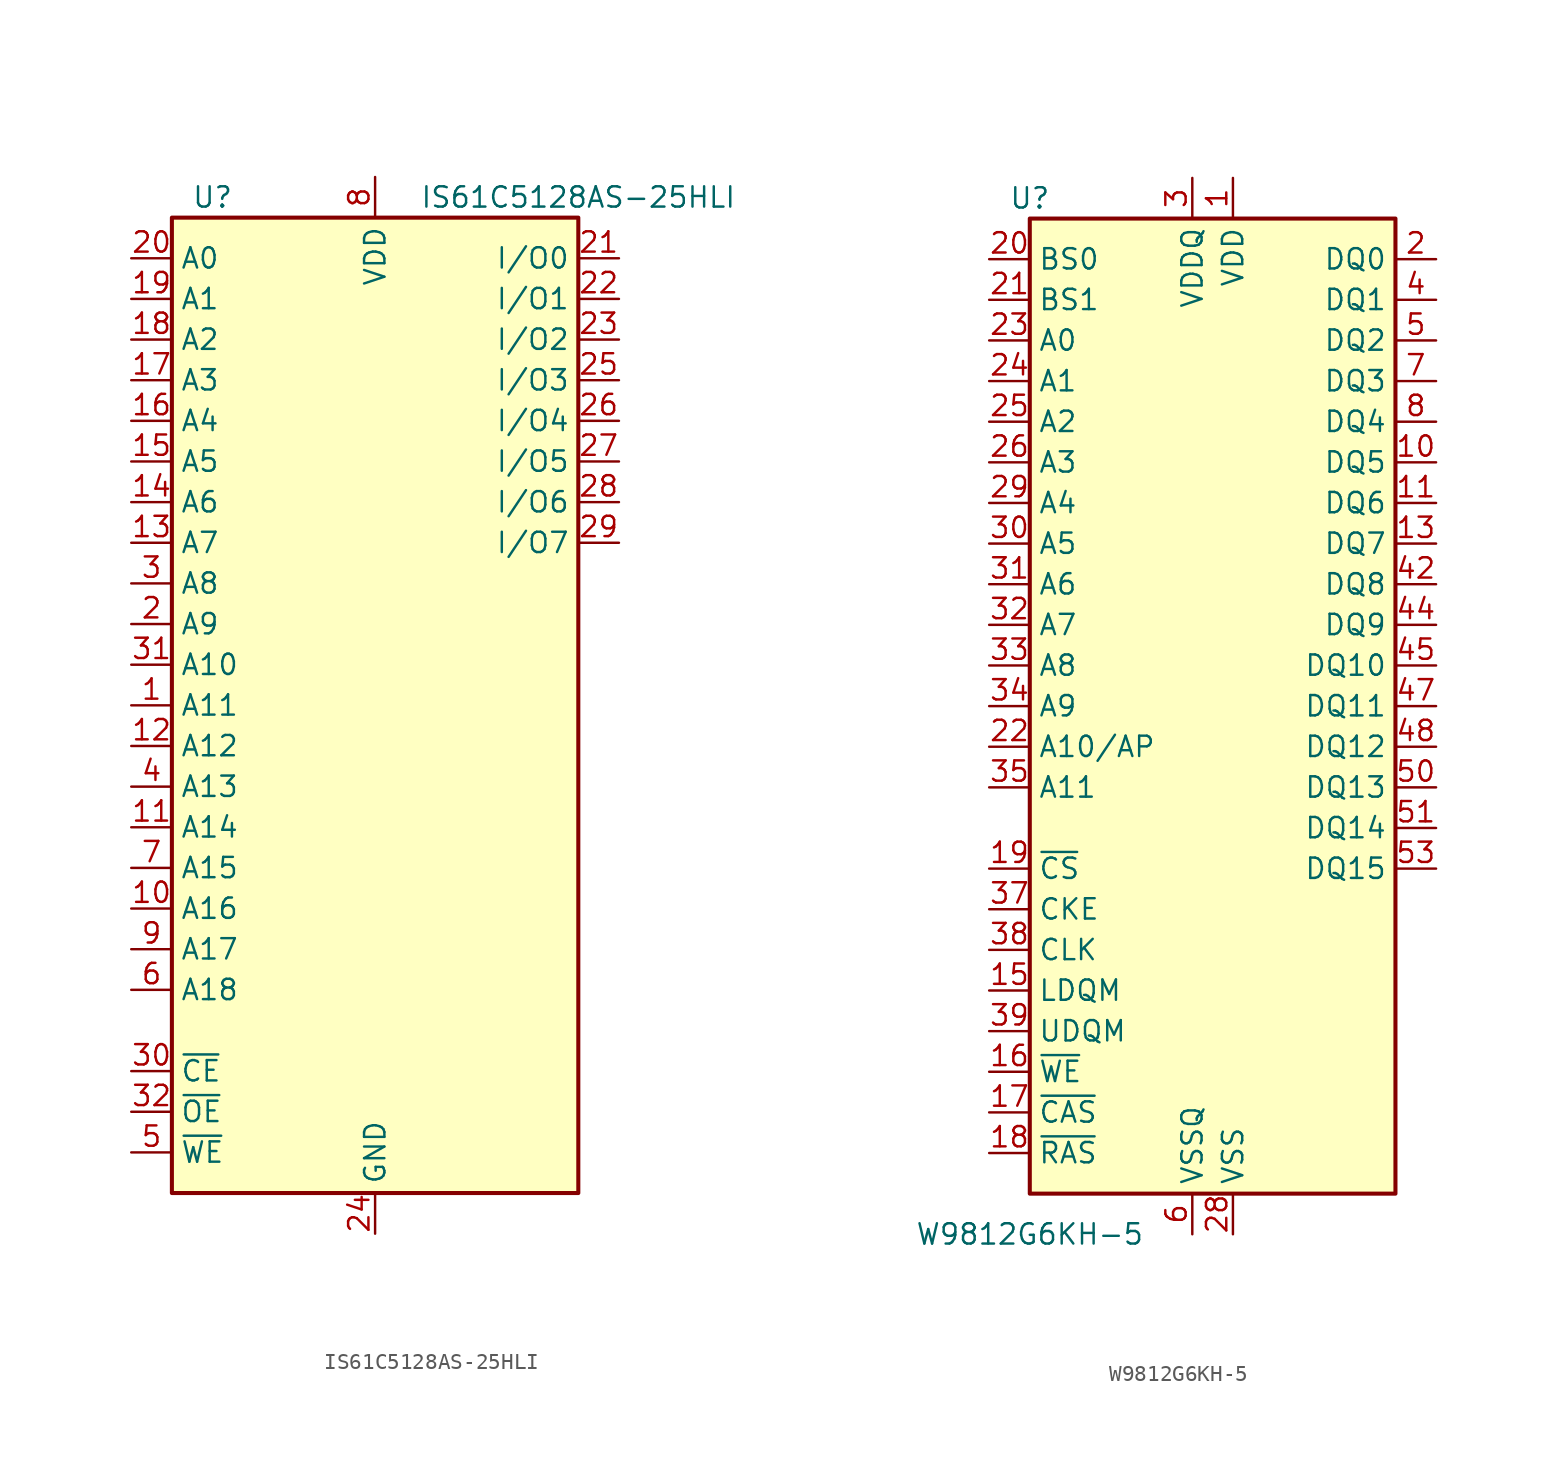
<source format=kicad_sym>
(kicad_symbol_lib
  (version 20231120)
  (generator "kicad_symbol_editor")
  (generator_version "8.0")
  (symbol "IS61C5128AS-25HLI"
    (property "Reference" "U"
      (at -10.16 31.75 0)
      (effects (font (size 1.27 1.27))))
    (property "Value" "IS61C5128AS-25HLI"
      (at 12.7 31.75 0)
      (effects (font (size 1.27 1.27))))
    (symbol "IS61C5128AS-25HLI_0_1"
      (rectangle (start -12.7 30.48) (end 12.7 -30.48) (stroke (width 0.254) (type default)) (fill (type background))))
    (symbol "IS61C5128AS-25HLI_1_1"
      (pin input line (at -15.24 0 0) (length 2.54) (name "A11" (effects (font (size 1.27 1.27)))) (number "1" (effects (font (size 1.27 1.27)))))
      (pin input line (at -15.24 -12.7 0) (length 2.54) (name "A16" (effects (font (size 1.27 1.27)))) (number "10" (effects (font (size 1.27 1.27)))))
      (pin input line (at -15.24 -7.62 0) (length 2.54) (name "A14" (effects (font (size 1.27 1.27)))) (number "11" (effects (font (size 1.27 1.27)))))
      (pin input line (at -15.24 -2.54 0) (length 2.54) (name "A12" (effects (font (size 1.27 1.27)))) (number "12" (effects (font (size 1.27 1.27)))))
      (pin input line (at -15.24 10.16 0) (length 2.54) (name "A7" (effects (font (size 1.27 1.27)))) (number "13" (effects (font (size 1.27 1.27)))))
      (pin input line (at -15.24 12.7 0) (length 2.54) (name "A6" (effects (font (size 1.27 1.27)))) (number "14" (effects (font (size 1.27 1.27)))))
      (pin input line (at -15.24 15.24 0) (length 2.54) (name "A5" (effects (font (size 1.27 1.27)))) (number "15" (effects (font (size 1.27 1.27)))))
      (pin input line (at -15.24 17.78 0) (length 2.54) (name "A4" (effects (font (size 1.27 1.27)))) (number "16" (effects (font (size 1.27 1.27)))))
      (pin input line (at -15.24 20.32 0) (length 2.54) (name "A3" (effects (font (size 1.27 1.27)))) (number "17" (effects (font (size 1.27 1.27)))))
      (pin input line (at -15.24 22.86 0) (length 2.54) (name "A2" (effects (font (size 1.27 1.27)))) (number "18" (effects (font (size 1.27 1.27)))))
      (pin input line (at -15.24 25.4 0) (length 2.54) (name "A1" (effects (font (size 1.27 1.27)))) (number "19" (effects (font (size 1.27 1.27)))))
      (pin input line (at -15.24 5.08 0) (length 2.54) (name "A9" (effects (font (size 1.27 1.27)))) (number "2" (effects (font (size 1.27 1.27)))))
      (pin input line (at -15.24 27.94 0) (length 2.54) (name "A0" (effects (font (size 1.27 1.27)))) (number "20" (effects (font (size 1.27 1.27)))))
      (pin bidirectional line (at 15.24 27.94 180) (length 2.54) (name "I/O0" (effects (font (size 1.27 1.27)))) (number "21" (effects (font (size 1.27 1.27)))))
      (pin bidirectional line (at 15.24 25.4 180) (length 2.54) (name "I/O1" (effects (font (size 1.27 1.27)))) (number "22" (effects (font (size 1.27 1.27)))))
      (pin bidirectional line (at 15.24 22.86 180) (length 2.54) (name "I/O2" (effects (font (size 1.27 1.27)))) (number "23" (effects (font (size 1.27 1.27)))))
      (pin power_in line (at 0 -33.02 90) (length 2.54) (name "GND" (effects (font (size 1.27 1.27)))) (number "24" (effects (font (size 1.27 1.27)))))
      (pin bidirectional line (at 15.24 20.32 180) (length 2.54) (name "I/O3" (effects (font (size 1.27 1.27)))) (number "25" (effects (font (size 1.27 1.27)))))
      (pin bidirectional line (at 15.24 17.78 180) (length 2.54) (name "I/O4" (effects (font (size 1.27 1.27)))) (number "26" (effects (font (size 1.27 1.27)))))
      (pin bidirectional line (at 15.24 15.24 180) (length 2.54) (name "I/O5" (effects (font (size 1.27 1.27)))) (number "27" (effects (font (size 1.27 1.27)))))
      (pin bidirectional line (at 15.24 12.7 180) (length 2.54) (name "I/O6" (effects (font (size 1.27 1.27)))) (number "28" (effects (font (size 1.27 1.27)))))
      (pin bidirectional line (at 15.24 10.16 180) (length 2.54) (name "I/O7" (effects (font (size 1.27 1.27)))) (number "29" (effects (font (size 1.27 1.27)))))
      (pin input line (at -15.24 7.62 0) (length 2.54) (name "A8" (effects (font (size 1.27 1.27)))) (number "3" (effects (font (size 1.27 1.27)))))
      (pin input line (at -15.24 -22.86 0) (length 2.54) (name "~{CE}" (effects (font (size 1.27 1.27)))) (number "30" (effects (font (size 1.27 1.27)))))
      (pin input line (at -15.24 2.54 0) (length 2.54) (name "A10" (effects (font (size 1.27 1.27)))) (number "31" (effects (font (size 1.27 1.27)))))
      (pin input line (at -15.24 -25.4 0) (length 2.54) (name "~{OE}" (effects (font (size 1.27 1.27)))) (number "32" (effects (font (size 1.27 1.27)))))
      (pin input line (at -15.24 -5.08 0) (length 2.54) (name "A13" (effects (font (size 1.27 1.27)))) (number "4" (effects (font (size 1.27 1.27)))))
      (pin input line (at -15.24 -27.94 0) (length 2.54) (name "~{WE}" (effects (font (size 1.27 1.27)))) (number "5" (effects (font (size 1.27 1.27)))))
      (pin input line (at -15.24 -17.78 0) (length 2.54) (name "A18" (effects (font (size 1.27 1.27)))) (number "6" (effects (font (size 1.27 1.27)))))
      (pin input line (at -15.24 -10.16 0) (length 2.54) (name "A15" (effects (font (size 1.27 1.27)))) (number "7" (effects (font (size 1.27 1.27)))))
      (pin power_in line (at 0 33.02 270) (length 2.54) (name "VDD" (effects (font (size 1.27 1.27)))) (number "8" (effects (font (size 1.27 1.27)))))
      (pin input line (at -15.24 -15.24 0) (length 2.54) (name "A17" (effects (font (size 1.27 1.27)))) (number "9" (effects (font (size 1.27 1.27)))))))
  (symbol "W9812G6KH-5"
    (property "Reference" "U"
      (at -10.16 31.75 0)
      (effects (font (size 1.27 1.27))))
    (property "Value" "W9812G6KH-5"
      (at -10.16 -33.02 0)
      (effects (font (size 1.27 1.27))))
    (symbol "W9812G6KH-5_1_1"
      (rectangle (start -10.16 30.48) (end 12.7 -30.48) (stroke (width 0.254) (type default)) (fill (type background)))
      (pin power_in line (at 2.54 33.02 270) (length 2.54) (name "VDD" (effects (font (size 1.27 1.27)))) (number "1" (effects (font (size 1.27 1.27)))))
      (pin bidirectional line (at 15.24 15.24 180) (length 2.54) (name "DQ5" (effects (font (size 1.27 1.27)))) (number "10" (effects (font (size 1.27 1.27)))))
      (pin bidirectional line (at 15.24 12.7 180) (length 2.54) (name "DQ6" (effects (font (size 1.27 1.27)))) (number "11" (effects (font (size 1.27 1.27)))))
      (pin passive line (at 0 -33.02 90) (length 2.54) hide (name "VSSQ" (effects (font (size 1.27 1.27)))) (number "12" (effects (font (size 1.27 1.27)))))
      (pin bidirectional line (at 15.24 10.16 180) (length 2.54) (name "DQ7" (effects (font (size 1.27 1.27)))) (number "13" (effects (font (size 1.27 1.27)))))
      (pin passive line (at 2.54 33.02 270) (length 2.54) hide (name "VDD" (effects (font (size 1.27 1.27)))) (number "14" (effects (font (size 1.27 1.27)))))
      (pin input line (at -12.7 -17.78 0) (length 2.54) (name "LDQM" (effects (font (size 1.27 1.27)))) (number "15" (effects (font (size 1.27 1.27)))))
      (pin input line (at -12.7 -22.86 0) (length 2.54) (name "~{WE}" (effects (font (size 1.27 1.27)))) (number "16" (effects (font (size 1.27 1.27)))))
      (pin input line (at -12.7 -25.4 0) (length 2.54) (name "~{CAS}" (effects (font (size 1.27 1.27)))) (number "17" (effects (font (size 1.27 1.27)))))
      (pin input line (at -12.7 -27.94 0) (length 2.54) (name "~{RAS}" (effects (font (size 1.27 1.27)))) (number "18" (effects (font (size 1.27 1.27)))))
      (pin input line (at -12.7 -10.16 0) (length 2.54) (name "~{CS}" (effects (font (size 1.27 1.27)))) (number "19" (effects (font (size 1.27 1.27)))))
      (pin bidirectional line (at 15.24 27.94 180) (length 2.54) (name "DQ0" (effects (font (size 1.27 1.27)))) (number "2" (effects (font (size 1.27 1.27)))))
      (pin input line (at -12.7 27.94 0) (length 2.54) (name "BS0" (effects (font (size 1.27 1.27)))) (number "20" (effects (font (size 1.27 1.27)))))
      (pin input line (at -12.7 25.4 0) (length 2.54) (name "BS1" (effects (font (size 1.27 1.27)))) (number "21" (effects (font (size 1.27 1.27)))))
      (pin input line (at -12.7 -2.54 0) (length 2.54) (name "A10/AP" (effects (font (size 1.27 1.27)))) (number "22" (effects (font (size 1.27 1.27)))))
      (pin input line (at -12.7 22.86 0) (length 2.54) (name "A0" (effects (font (size 1.27 1.27)))) (number "23" (effects (font (size 1.27 1.27)))))
      (pin input line (at -12.7 20.32 0) (length 2.54) (name "A1" (effects (font (size 1.27 1.27)))) (number "24" (effects (font (size 1.27 1.27)))))
      (pin input line (at -12.7 17.78 0) (length 2.54) (name "A2" (effects (font (size 1.27 1.27)))) (number "25" (effects (font (size 1.27 1.27)))))
      (pin input line (at -12.7 15.24 0) (length 2.54) (name "A3" (effects (font (size 1.27 1.27)))) (number "26" (effects (font (size 1.27 1.27)))))
      (pin passive line (at 2.54 33.02 270) (length 2.54) hide (name "VDD" (effects (font (size 1.27 1.27)))) (number "27" (effects (font (size 1.27 1.27)))))
      (pin power_in line (at 2.54 -33.02 90) (length 2.54) (name "VSS" (effects (font (size 1.27 1.27)))) (number "28" (effects (font (size 1.27 1.27)))))
      (pin input line (at -12.7 12.7 0) (length 2.54) (name "A4" (effects (font (size 1.27 1.27)))) (number "29" (effects (font (size 1.27 1.27)))))
      (pin power_in line (at 0 33.02 270) (length 2.54) (name "VDDQ" (effects (font (size 1.27 1.27)))) (number "3" (effects (font (size 1.27 1.27)))))
      (pin input line (at -12.7 10.16 0) (length 2.54) (name "A5" (effects (font (size 1.27 1.27)))) (number "30" (effects (font (size 1.27 1.27)))))
      (pin input line (at -12.7 7.62 0) (length 2.54) (name "A6" (effects (font (size 1.27 1.27)))) (number "31" (effects (font (size 1.27 1.27)))))
      (pin input line (at -12.7 5.08 0) (length 2.54) (name "A7" (effects (font (size 1.27 1.27)))) (number "32" (effects (font (size 1.27 1.27)))))
      (pin input line (at -12.7 2.54 0) (length 2.54) (name "A8" (effects (font (size 1.27 1.27)))) (number "33" (effects (font (size 1.27 1.27)))))
      (pin input line (at -12.7 0 0) (length 2.54) (name "A9" (effects (font (size 1.27 1.27)))) (number "34" (effects (font (size 1.27 1.27)))))
      (pin input line (at -12.7 -5.08 0) (length 2.54) (name "A11" (effects (font (size 1.27 1.27)))) (number "35" (effects (font (size 1.27 1.27)))))
      (pin no_connect line (at 12.7 -15.24 180) (length 2.54) hide (name "NC" (effects (font (size 1.27 1.27)))) (number "36" (effects (font (size 1.27 1.27)))))
      (pin input line (at -12.7 -12.7 0) (length 2.54) (name "CKE" (effects (font (size 1.27 1.27)))) (number "37" (effects (font (size 1.27 1.27)))))
      (pin input line (at -12.7 -15.24 0) (length 2.54) (name "CLK" (effects (font (size 1.27 1.27)))) (number "38" (effects (font (size 1.27 1.27)))))
      (pin input line (at -12.7 -20.32 0) (length 2.54) (name "UDQM" (effects (font (size 1.27 1.27)))) (number "39" (effects (font (size 1.27 1.27)))))
      (pin bidirectional line (at 15.24 25.4 180) (length 2.54) (name "DQ1" (effects (font (size 1.27 1.27)))) (number "4" (effects (font (size 1.27 1.27)))))
      (pin no_connect line (at 12.7 -17.78 180) (length 2.54) hide (name "NC" (effects (font (size 1.27 1.27)))) (number "40" (effects (font (size 1.27 1.27)))))
      (pin passive line (at 2.54 -33.02 90) (length 2.54) hide (name "VSS" (effects (font (size 1.27 1.27)))) (number "41" (effects (font (size 1.27 1.27)))))
      (pin bidirectional line (at 15.24 7.62 180) (length 2.54) (name "DQ8" (effects (font (size 1.27 1.27)))) (number "42" (effects (font (size 1.27 1.27)))))
      (pin passive line (at 0 33.02 270) (length 2.54) hide (name "VDDQ" (effects (font (size 1.27 1.27)))) (number "43" (effects (font (size 1.27 1.27)))))
      (pin bidirectional line (at 15.24 5.08 180) (length 2.54) (name "DQ9" (effects (font (size 1.27 1.27)))) (number "44" (effects (font (size 1.27 1.27)))))
      (pin bidirectional line (at 15.24 2.54 180) (length 2.54) (name "DQ10" (effects (font (size 1.27 1.27)))) (number "45" (effects (font (size 1.27 1.27)))))
      (pin passive line (at 0 -33.02 90) (length 2.54) hide (name "VSSQ" (effects (font (size 1.27 1.27)))) (number "46" (effects (font (size 1.27 1.27)))))
      (pin bidirectional line (at 15.24 0 180) (length 2.54) (name "DQ11" (effects (font (size 1.27 1.27)))) (number "47" (effects (font (size 1.27 1.27)))))
      (pin bidirectional line (at 15.24 -2.54 180) (length 2.54) (name "DQ12" (effects (font (size 1.27 1.27)))) (number "48" (effects (font (size 1.27 1.27)))))
      (pin passive line (at 0 33.02 270) (length 2.54) hide (name "VDDQ" (effects (font (size 1.27 1.27)))) (number "49" (effects (font (size 1.27 1.27)))))
      (pin bidirectional line (at 15.24 22.86 180) (length 2.54) (name "DQ2" (effects (font (size 1.27 1.27)))) (number "5" (effects (font (size 1.27 1.27)))))
      (pin bidirectional line (at 15.24 -5.08 180) (length 2.54) (name "DQ13" (effects (font (size 1.27 1.27)))) (number "50" (effects (font (size 1.27 1.27)))))
      (pin bidirectional line (at 15.24 -7.62 180) (length 2.54) (name "DQ14" (effects (font (size 1.27 1.27)))) (number "51" (effects (font (size 1.27 1.27)))))
      (pin passive line (at 0 -33.02 90) (length 2.54) hide (name "VSSQ" (effects (font (size 1.27 1.27)))) (number "52" (effects (font (size 1.27 1.27)))))
      (pin bidirectional line (at 15.24 -10.16 180) (length 2.54) (name "DQ15" (effects (font (size 1.27 1.27)))) (number "53" (effects (font (size 1.27 1.27)))))
      (pin passive line (at 2.54 -33.02 90) (length 2.54) hide (name "VSS" (effects (font (size 1.27 1.27)))) (number "54" (effects (font (size 1.27 1.27)))))
      (pin power_in line (at 0 -33.02 90) (length 2.54) (name "VSSQ" (effects (font (size 1.27 1.27)))) (number "6" (effects (font (size 1.27 1.27)))))
      (pin bidirectional line (at 15.24 20.32 180) (length 2.54) (name "DQ3" (effects (font (size 1.27 1.27)))) (number "7" (effects (font (size 1.27 1.27)))))
      (pin bidirectional line (at 15.24 17.78 180) (length 2.54) (name "DQ4" (effects (font (size 1.27 1.27)))) (number "8" (effects (font (size 1.27 1.27)))))
      (pin passive line (at 0 33.02 270) (length 2.54) hide (name "VDDQ" (effects (font (size 1.27 1.27)))) (number "9" (effects (font (size 1.27 1.27))))))))
</source>
